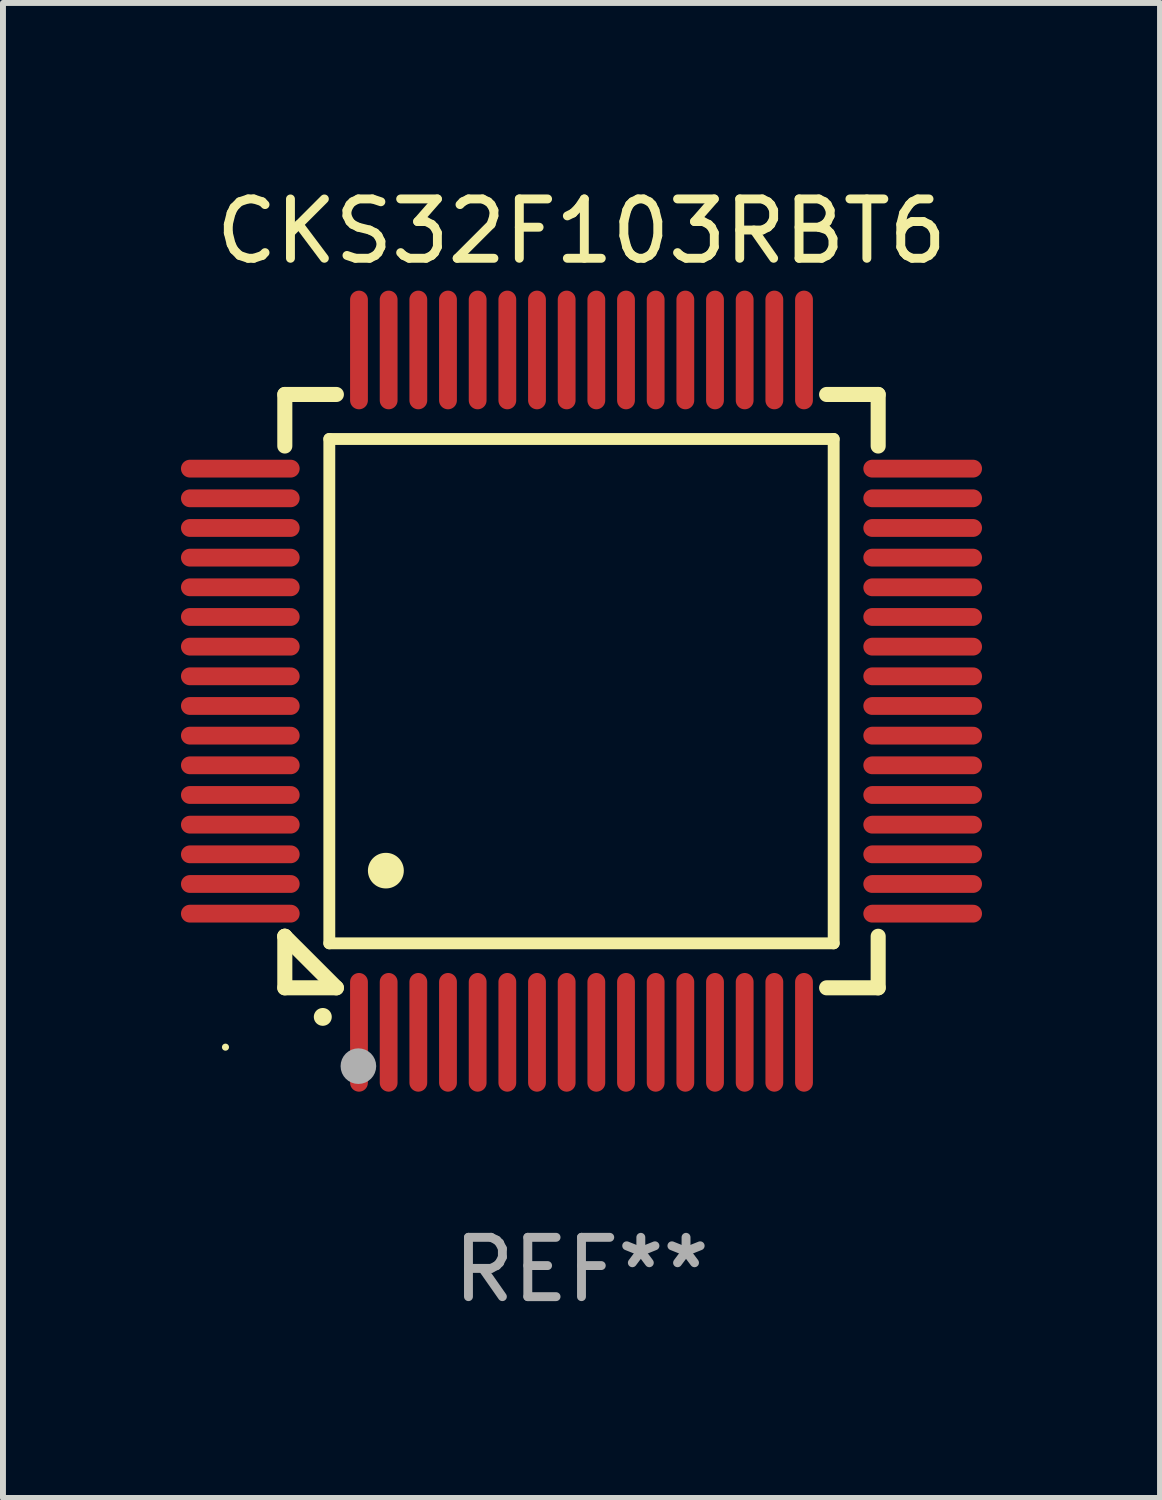
<source format=kicad_pcb>
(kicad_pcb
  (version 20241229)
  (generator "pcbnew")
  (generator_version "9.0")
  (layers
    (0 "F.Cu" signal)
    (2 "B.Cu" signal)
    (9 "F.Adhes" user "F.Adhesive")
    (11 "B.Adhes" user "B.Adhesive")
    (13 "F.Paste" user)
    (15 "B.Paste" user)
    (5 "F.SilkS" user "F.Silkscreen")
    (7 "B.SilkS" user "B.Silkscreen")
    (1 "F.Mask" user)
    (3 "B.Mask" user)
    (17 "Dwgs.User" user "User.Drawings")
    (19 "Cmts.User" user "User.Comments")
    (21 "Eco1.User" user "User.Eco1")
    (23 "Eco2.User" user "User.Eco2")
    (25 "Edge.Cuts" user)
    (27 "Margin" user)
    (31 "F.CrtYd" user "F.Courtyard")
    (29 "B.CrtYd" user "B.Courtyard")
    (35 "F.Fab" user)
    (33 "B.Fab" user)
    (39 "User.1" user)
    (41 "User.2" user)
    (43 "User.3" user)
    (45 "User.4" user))
  (footprint "CKS32F103RBT6"
    (layer "F.Cu")
    (at 6.75 8.598)
    (property "Reference" "CKS32F103RBT6" (at 0 -7.75 0) (layer "F.SilkS") (effects (font (size 1 1) (thickness 0.15))))
    (attr through_hole)
    (fp_line (start -5 -5) (end -4.131 -5) (stroke (width 0.254) (type solid)) (layer "F.SilkS"))
    (fp_line (start -5 -4.131) (end -5 -5) (stroke (width 0.254) (type solid)) (layer "F.SilkS"))
    (fp_line (start -5 4.131) (end -5 4.131) (stroke (width 0.254) (type solid)) (layer "F.SilkS"))
    (fp_line (start -5 5) (end -5 4.131) (stroke (width 0.254) (type solid)) (layer "F.SilkS"))
    (fp_line (start -5 4.131) (end -4.131 5) (stroke (width 0.254) (type solid)) (layer "F.SilkS"))
    (fp_line (start -4.25 -4.25) (end -4.25 4.25) (stroke (width 0.2) (type solid)) (layer "F.SilkS"))
    (fp_line (start -4.25 4.25) (end 4.25 4.25) (stroke (width 0.2) (type solid)) (layer "F.SilkS"))
    (fp_line (start -4.131 5) (end -5 5) (stroke (width 0.254) (type solid)) (layer "F.SilkS"))
    (fp_line (start 4.25 -4.25) (end -4.25 -4.25) (stroke (width 0.2) (type solid)) (layer "F.SilkS"))
    (fp_line (start 4.25 4.25) (end 4.25 -4.25) (stroke (width 0.2) (type solid)) (layer "F.SilkS"))
    (fp_line (start 5 -5) (end 4.131 -5) (stroke (width 0.254) (type solid)) (layer "F.SilkS"))
    (fp_line (start 5 -5) (end 5 -4.131) (stroke (width 0.254) (type solid)) (layer "F.SilkS"))
    (fp_line (start 5 4.131) (end 5 5) (stroke (width 0.254) (type solid)) (layer "F.SilkS"))
    (fp_line (start 5 5) (end 4.131 5) (stroke (width 0.254) (type solid)) (layer "F.SilkS"))
    (fp_arc (start -4.361265 5.489992) (mid -4.359995 5.489987) (end -4.358725 5.489992) (stroke (width 0.3) (type solid)) (layer "F.SilkS"))
    (fp_arc (start -3.299467 3.025146) (mid -3.296927 3.025135) (end -3.294387 3.025146) (stroke (width 0.6) (type solid)) (layer "F.SilkS"))
    (fp_circle (center -6 6) (end -5.97 6) (stroke (width 0.06) (type solid)) (fill no) (layer "F.SilkS"))
    (fp_circle (center -3.76 6.32) (end -3.61 6.32) (stroke (width 0.3) (type solid)) (fill no) (layer "F.Fab"))
    (fp_text user "REF**" (at 0 9.75 0) (layer "F.Fab") (effects (font (size 1 1) (thickness 0.15))))
    (pad "1" smd oval (at -3.75 5.75) (size 0.3 2) (layers "F.Cu" "F.Mask" "F.Paste"))
    (pad "2" smd oval (at -3.25 5.75) (size 0.3 2) (layers "F.Cu" "F.Mask" "F.Paste"))
    (pad "3" smd oval (at -2.75 5.75) (size 0.3 2) (layers "F.Cu" "F.Mask" "F.Paste"))
    (pad "4" smd oval (at -2.25 5.75) (size 0.3 2) (layers "F.Cu" "F.Mask" "F.Paste"))
    (pad "5" smd oval (at -1.75 5.75) (size 0.3 2) (layers "F.Cu" "F.Mask" "F.Paste"))
    (pad "6" smd oval (at -1.25 5.75) (size 0.3 2) (layers "F.Cu" "F.Mask" "F.Paste"))
    (pad "7" smd oval (at -0.75 5.75) (size 0.3 2) (layers "F.Cu" "F.Mask" "F.Paste"))
    (pad "8" smd oval (at -0.25 5.75) (size 0.3 2) (layers "F.Cu" "F.Mask" "F.Paste"))
    (pad "9" smd oval (at 0.25 5.75) (size 0.3 2) (layers "F.Cu" "F.Mask" "F.Paste"))
    (pad "10" smd oval (at 0.75 5.75) (size 0.3 2) (layers "F.Cu" "F.Mask" "F.Paste"))
    (pad "11" smd oval (at 1.25 5.75) (size 0.3 2) (layers "F.Cu" "F.Mask" "F.Paste"))
    (pad "12" smd oval (at 1.75 5.75) (size 0.3 2) (layers "F.Cu" "F.Mask" "F.Paste"))
    (pad "13" smd oval (at 2.25 5.75) (size 0.3 2) (layers "F.Cu" "F.Mask" "F.Paste"))
    (pad "14" smd oval (at 2.75 5.75) (size 0.3 2) (layers "F.Cu" "F.Mask" "F.Paste"))
    (pad "15" smd oval (at 3.25 5.75) (size 0.3 2) (layers "F.Cu" "F.Mask" "F.Paste"))
    (pad "16" smd oval (at 3.75 5.75) (size 0.3 2) (layers "F.Cu" "F.Mask" "F.Paste"))
    (pad "17" smd oval (at 5.75 3.75) (size 2 0.3) (layers "F.Cu" "F.Mask" "F.Paste"))
    (pad "18" smd oval (at 5.75 3.25) (size 2 0.3) (layers "F.Cu" "F.Mask" "F.Paste"))
    (pad "19" smd oval (at 5.75 2.75) (size 2 0.3) (layers "F.Cu" "F.Mask" "F.Paste"))
    (pad "20" smd oval (at 5.75 2.25) (size 2 0.3) (layers "F.Cu" "F.Mask" "F.Paste"))
    (pad "21" smd oval (at 5.75 1.75) (size 2 0.3) (layers "F.Cu" "F.Mask" "F.Paste"))
    (pad "22" smd oval (at 5.75 1.25) (size 2 0.3) (layers "F.Cu" "F.Mask" "F.Paste"))
    (pad "23" smd oval (at 5.75 0.75) (size 2 0.3) (layers "F.Cu" "F.Mask" "F.Paste"))
    (pad "24" smd oval (at 5.75 0.25) (size 2 0.3) (layers "F.Cu" "F.Mask" "F.Paste"))
    (pad "25" smd oval (at 5.75 -0.25) (size 2 0.3) (layers "F.Cu" "F.Mask" "F.Paste"))
    (pad "26" smd oval (at 5.75 -0.75) (size 2 0.3) (layers "F.Cu" "F.Mask" "F.Paste"))
    (pad "27" smd oval (at 5.75 -1.25) (size 2 0.3) (layers "F.Cu" "F.Mask" "F.Paste"))
    (pad "28" smd oval (at 5.75 -1.75) (size 2 0.3) (layers "F.Cu" "F.Mask" "F.Paste"))
    (pad "29" smd oval (at 5.75 -2.25) (size 2 0.3) (layers "F.Cu" "F.Mask" "F.Paste"))
    (pad "30" smd oval (at 5.75 -2.75) (size 2 0.3) (layers "F.Cu" "F.Mask" "F.Paste"))
    (pad "31" smd oval (at 5.75 -3.25) (size 2 0.3) (layers "F.Cu" "F.Mask" "F.Paste"))
    (pad "32" smd oval (at 5.75 -3.75) (size 2 0.3) (layers "F.Cu" "F.Mask" "F.Paste"))
    (pad "33" smd oval (at 3.75 -5.75) (size 0.3 2) (layers "F.Cu" "F.Mask" "F.Paste"))
    (pad "34" smd oval (at 3.25 -5.75) (size 0.3 2) (layers "F.Cu" "F.Mask" "F.Paste"))
    (pad "35" smd oval (at 2.75 -5.75) (size 0.3 2) (layers "F.Cu" "F.Mask" "F.Paste"))
    (pad "36" smd oval (at 2.25 -5.75) (size 0.3 2) (layers "F.Cu" "F.Mask" "F.Paste"))
    (pad "37" smd oval (at 1.75 -5.75) (size 0.3 2) (layers "F.Cu" "F.Mask" "F.Paste"))
    (pad "38" smd oval (at 1.25 -5.75) (size 0.3 2) (layers "F.Cu" "F.Mask" "F.Paste"))
    (pad "39" smd oval (at 0.75 -5.75) (size 0.3 2) (layers "F.Cu" "F.Mask" "F.Paste"))
    (pad "40" smd oval (at 0.25 -5.75) (size 0.3 2) (layers "F.Cu" "F.Mask" "F.Paste"))
    (pad "41" smd oval (at -0.25 -5.75) (size 0.3 2) (layers "F.Cu" "F.Mask" "F.Paste"))
    (pad "42" smd oval (at -0.75 -5.75) (size 0.3 2) (layers "F.Cu" "F.Mask" "F.Paste"))
    (pad "43" smd oval (at -1.25 -5.75) (size 0.3 2) (layers "F.Cu" "F.Mask" "F.Paste"))
    (pad "44" smd oval (at -1.75 -5.75) (size 0.3 2) (layers "F.Cu" "F.Mask" "F.Paste"))
    (pad "45" smd oval (at -2.25 -5.75) (size 0.3 2) (layers "F.Cu" "F.Mask" "F.Paste"))
    (pad "46" smd oval (at -2.75 -5.75) (size 0.3 2) (layers "F.Cu" "F.Mask" "F.Paste"))
    (pad "47" smd oval (at -3.25 -5.75) (size 0.3 2) (layers "F.Cu" "F.Mask" "F.Paste"))
    (pad "48" smd oval (at -3.75 -5.75) (size 0.3 2) (layers "F.Cu" "F.Mask" "F.Paste"))
    (pad "49" smd oval (at -5.75 -3.75) (size 2 0.3) (layers "F.Cu" "F.Mask" "F.Paste"))
    (pad "50" smd oval (at -5.75 -3.25) (size 2 0.3) (layers "F.Cu" "F.Mask" "F.Paste"))
    (pad "51" smd oval (at -5.75 -2.75) (size 2 0.3) (layers "F.Cu" "F.Mask" "F.Paste"))
    (pad "52" smd oval (at -5.75 -2.25) (size 2 0.3) (layers "F.Cu" "F.Mask" "F.Paste"))
    (pad "53" smd oval (at -5.75 -1.75) (size 2 0.3) (layers "F.Cu" "F.Mask" "F.Paste"))
    (pad "54" smd oval (at -5.75 -1.25) (size 2 0.3) (layers "F.Cu" "F.Mask" "F.Paste"))
    (pad "55" smd oval (at -5.75 -0.75) (size 2 0.3) (layers "F.Cu" "F.Mask" "F.Paste"))
    (pad "56" smd oval (at -5.75 -0.25) (size 2 0.3) (layers "F.Cu" "F.Mask" "F.Paste"))
    (pad "57" smd oval (at -5.75 0.25) (size 2 0.3) (layers "F.Cu" "F.Mask" "F.Paste"))
    (pad "58" smd oval (at -5.75 0.75) (size 2 0.3) (layers "F.Cu" "F.Mask" "F.Paste"))
    (pad "59" smd oval (at -5.75 1.25) (size 2 0.3) (layers "F.Cu" "F.Mask" "F.Paste"))
    (pad "60" smd oval (at -5.75 1.75) (size 2 0.3) (layers "F.Cu" "F.Mask" "F.Paste"))
    (pad "61" smd oval (at -5.75 2.25) (size 2 0.3) (layers "F.Cu" "F.Mask" "F.Paste"))
    (pad "62" smd oval (at -5.75 2.75) (size 2 0.3) (layers "F.Cu" "F.Mask" "F.Paste"))
    (pad "63" smd oval (at -5.75 3.25) (size 2 0.3) (layers "F.Cu" "F.Mask" "F.Paste"))
    (pad "64" smd oval (at -5.75 3.75) (size 2 0.3) (layers "F.Cu" "F.Mask" "F.Paste")))
  (gr_rect
    (start -3 -3)
    (end 16.5 22.196)
    (stroke (width 0.1) (type default))
    (fill no)
    (layer "Edge.Cuts")))
</source>
